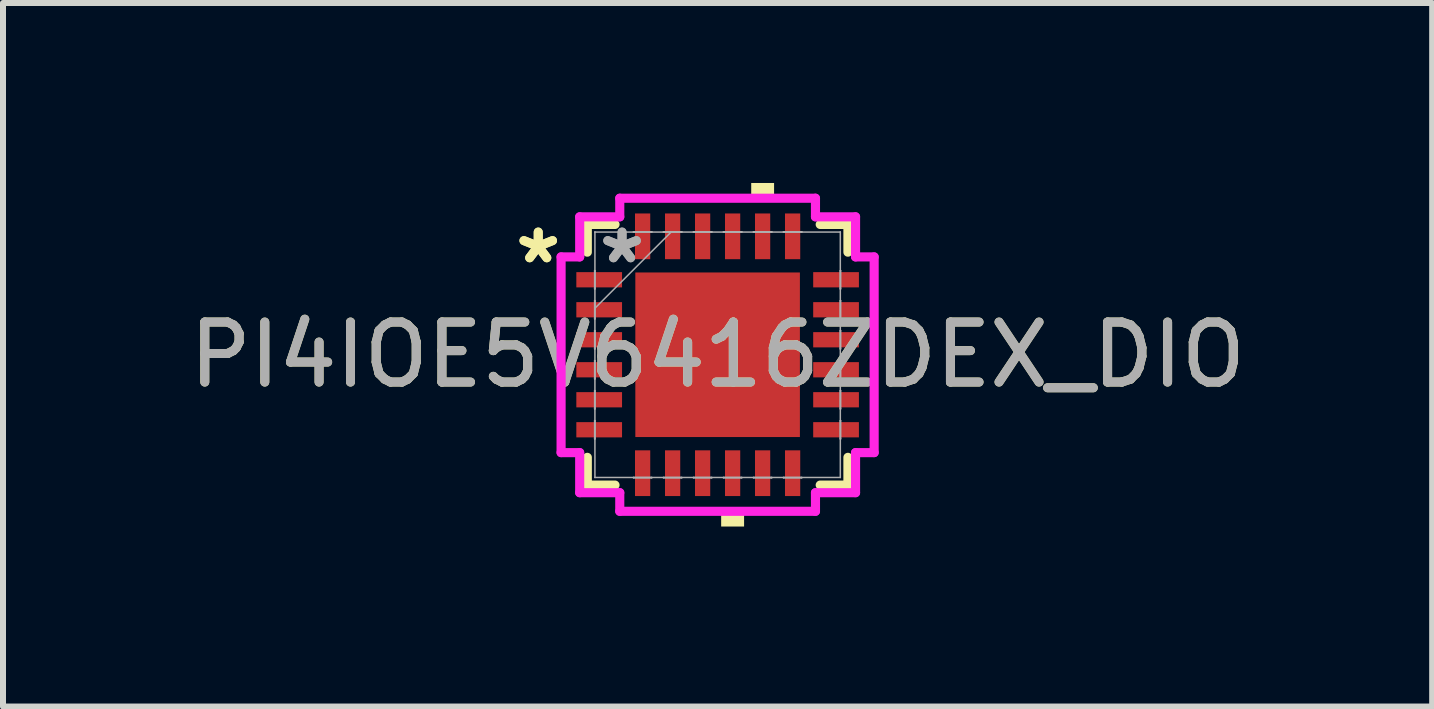
<source format=kicad_pcb>
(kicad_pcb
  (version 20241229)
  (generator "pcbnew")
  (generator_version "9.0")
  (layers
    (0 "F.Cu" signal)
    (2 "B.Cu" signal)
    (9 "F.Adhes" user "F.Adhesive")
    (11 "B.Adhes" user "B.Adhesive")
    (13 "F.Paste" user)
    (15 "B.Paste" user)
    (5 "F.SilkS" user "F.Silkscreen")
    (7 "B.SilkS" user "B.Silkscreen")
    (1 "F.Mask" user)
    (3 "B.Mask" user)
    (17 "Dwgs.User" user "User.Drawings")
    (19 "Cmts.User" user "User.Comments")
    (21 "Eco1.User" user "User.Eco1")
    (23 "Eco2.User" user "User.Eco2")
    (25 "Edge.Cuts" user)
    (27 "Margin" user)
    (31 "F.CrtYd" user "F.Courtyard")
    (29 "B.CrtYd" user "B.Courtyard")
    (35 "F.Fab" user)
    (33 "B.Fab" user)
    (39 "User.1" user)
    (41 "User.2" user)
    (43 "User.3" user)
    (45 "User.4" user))
  (footprint "PI4IOE5V6416ZDEX_DIO"
    (layer "F.Cu")
    (at 8.911 2.863)
    (property "Reference" "PI4IOE5V6416ZDEX_DIO" (at 0 0 0) (unlocked yes) (layer "F.SilkS") (effects (font (size 1 1) (thickness 0.15))))
    (attr smd)
    (fp_line (start -2.172 -2.172) (end -2.172 -1.71) (stroke (width 0.152) (type solid)) (layer "F.SilkS"))
    (fp_line (start -2.172 1.71) (end -2.172 2.172) (stroke (width 0.152) (type solid)) (layer "F.SilkS"))
    (fp_line (start -2.172 2.172) (end -1.71 2.172) (stroke (width 0.152) (type solid)) (layer "F.SilkS"))
    (fp_line (start -1.71 -2.172) (end -2.172 -2.172) (stroke (width 0.152) (type solid)) (layer "F.SilkS"))
    (fp_line (start 1.71 2.172) (end 2.172 2.172) (stroke (width 0.152) (type solid)) (layer "F.SilkS"))
    (fp_line (start 2.172 -2.172) (end 1.71 -2.172) (stroke (width 0.152) (type solid)) (layer "F.SilkS"))
    (fp_line (start 2.172 -1.71) (end 2.172 -2.172) (stroke (width 0.152) (type solid)) (layer "F.SilkS"))
    (fp_line (start 2.172 2.172) (end 2.172 1.71) (stroke (width 0.152) (type solid)) (layer "F.SilkS"))
    (fp_poly (pts (xy 0.059 2.609) (xy 0.059 2.863) (xy 0.441 2.863) (xy 0.441 2.609)) (stroke (width 0) (type solid)) (fill yes) (layer "F.SilkS"))
    (fp_poly (pts (xy 0.56 -2.609) (xy 0.56 -2.863) (xy 0.941 -2.863) (xy 0.941 -2.609)) (stroke (width 0) (type solid)) (fill yes) (layer "F.SilkS"))
    (fp_poly (pts (xy -1.272 -1.272) (xy -1.272 -0.1) (xy -0.1 -0.1) (xy -0.1 -1.272)) (stroke (width 0) (type solid)) (fill yes) (layer "F.Paste"))
    (fp_poly (pts (xy -1.272 0.1) (xy -1.272 1.272) (xy -0.1 1.272) (xy -0.1 0.1)) (stroke (width 0) (type solid)) (fill yes) (layer "F.Paste"))
    (fp_poly (pts (xy 0.1 -1.272) (xy 0.1 -0.1) (xy 1.272 -0.1) (xy 1.272 -1.272)) (stroke (width 0) (type solid)) (fill yes) (layer "F.Paste"))
    (fp_poly (pts (xy 0.1 0.1) (xy 0.1 1.272) (xy 1.272 1.272) (xy 1.272 0.1)) (stroke (width 0) (type solid)) (fill yes) (layer "F.Paste"))
    (fp_line (start -2.609 -1.631) (end -2.299 -1.631) (stroke (width 0.152) (type solid)) (layer "F.CrtYd"))
    (fp_line (start -2.609 1.631) (end -2.609 -1.631) (stroke (width 0.152) (type solid)) (layer "F.CrtYd"))
    (fp_line (start -2.299 -2.299) (end -1.631 -2.299) (stroke (width 0.152) (type solid)) (layer "F.CrtYd"))
    (fp_line (start -2.299 -1.631) (end -2.299 -2.299) (stroke (width 0.152) (type solid)) (layer "F.CrtYd"))
    (fp_line (start -2.299 1.631) (end -2.609 1.631) (stroke (width 0.152) (type solid)) (layer "F.CrtYd"))
    (fp_line (start -2.299 2.299) (end -2.299 1.631) (stroke (width 0.152) (type solid)) (layer "F.CrtYd"))
    (fp_line (start -1.631 -2.609) (end 1.631 -2.609) (stroke (width 0.152) (type solid)) (layer "F.CrtYd"))
    (fp_line (start -1.631 -2.299) (end -1.631 -2.609) (stroke (width 0.152) (type solid)) (layer "F.CrtYd"))
    (fp_line (start -1.631 2.299) (end -2.299 2.299) (stroke (width 0.152) (type solid)) (layer "F.CrtYd"))
    (fp_line (start -1.631 2.609) (end -1.631 2.299) (stroke (width 0.152) (type solid)) (layer "F.CrtYd"))
    (fp_line (start 1.631 -2.609) (end 1.631 -2.299) (stroke (width 0.152) (type solid)) (layer "F.CrtYd"))
    (fp_line (start 1.631 -2.299) (end 2.299 -2.299) (stroke (width 0.152) (type solid)) (layer "F.CrtYd"))
    (fp_line (start 1.631 2.299) (end 1.631 2.609) (stroke (width 0.152) (type solid)) (layer "F.CrtYd"))
    (fp_line (start 1.631 2.609) (end -1.631 2.609) (stroke (width 0.152) (type solid)) (layer "F.CrtYd"))
    (fp_line (start 2.299 -2.299) (end 2.299 -1.631) (stroke (width 0.152) (type solid)) (layer "F.CrtYd"))
    (fp_line (start 2.299 -1.631) (end 2.609 -1.631) (stroke (width 0.152) (type solid)) (layer "F.CrtYd"))
    (fp_line (start 2.299 1.631) (end 2.299 2.299) (stroke (width 0.152) (type solid)) (layer "F.CrtYd"))
    (fp_line (start 2.299 2.299) (end 1.631 2.299) (stroke (width 0.152) (type solid)) (layer "F.CrtYd"))
    (fp_line (start 2.609 -1.631) (end 2.609 1.631) (stroke (width 0.152) (type solid)) (layer "F.CrtYd"))
    (fp_line (start 2.609 1.631) (end 2.299 1.631) (stroke (width 0.152) (type solid)) (layer "F.CrtYd"))
    (fp_line (start -2.05 -1.402) (end -2.05 -1.098) (stroke (width 0.025) (type solid)) (layer "F.Fab"))
    (fp_line (start -2.05 -1.098) (end -2.045 -1.098) (stroke (width 0.025) (type solid)) (layer "F.Fab"))
    (fp_line (start -2.05 -0.902) (end -2.05 -0.598) (stroke (width 0.025) (type solid)) (layer "F.Fab"))
    (fp_line (start -2.05 -0.598) (end -2.045 -0.598) (stroke (width 0.025) (type solid)) (layer "F.Fab"))
    (fp_line (start -2.05 -0.402) (end -2.05 -0.098) (stroke (width 0.025) (type solid)) (layer "F.Fab"))
    (fp_line (start -2.05 -0.098) (end -2.045 -0.098) (stroke (width 0.025) (type solid)) (layer "F.Fab"))
    (fp_line (start -2.05 0.098) (end -2.05 0.402) (stroke (width 0.025) (type solid)) (layer "F.Fab"))
    (fp_line (start -2.05 0.402) (end -2.045 0.402) (stroke (width 0.025) (type solid)) (layer "F.Fab"))
    (fp_line (start -2.05 0.598) (end -2.05 0.902) (stroke (width 0.025) (type solid)) (layer "F.Fab"))
    (fp_line (start -2.05 0.902) (end -2.045 0.902) (stroke (width 0.025) (type solid)) (layer "F.Fab"))
    (fp_line (start -2.05 1.098) (end -2.05 1.402) (stroke (width 0.025) (type solid)) (layer "F.Fab"))
    (fp_line (start -2.05 1.402) (end -2.045 1.402) (stroke (width 0.025) (type solid)) (layer "F.Fab"))
    (fp_line (start -2.045 -2.045) (end -2.045 -2.045) (stroke (width 0.025) (type solid)) (layer "F.Fab"))
    (fp_line (start -2.045 -2.045) (end -2.045 2.045) (stroke (width 0.025) (type solid)) (layer "F.Fab"))
    (fp_line (start -2.045 -1.402) (end -2.05 -1.402) (stroke (width 0.025) (type solid)) (layer "F.Fab"))
    (fp_line (start -2.045 -1.098) (end -2.045 -1.402) (stroke (width 0.025) (type solid)) (layer "F.Fab"))
    (fp_line (start -2.045 -0.902) (end -2.05 -0.902) (stroke (width 0.025) (type solid)) (layer "F.Fab"))
    (fp_line (start -2.045 -0.775) (end -0.775 -2.045) (stroke (width 0.025) (type solid)) (layer "F.Fab"))
    (fp_line (start -2.045 -0.598) (end -2.045 -0.902) (stroke (width 0.025) (type solid)) (layer "F.Fab"))
    (fp_line (start -2.045 -0.402) (end -2.05 -0.402) (stroke (width 0.025) (type solid)) (layer "F.Fab"))
    (fp_line (start -2.045 -0.098) (end -2.045 -0.402) (stroke (width 0.025) (type solid)) (layer "F.Fab"))
    (fp_line (start -2.045 0.098) (end -2.05 0.098) (stroke (width 0.025) (type solid)) (layer "F.Fab"))
    (fp_line (start -2.045 0.402) (end -2.045 0.098) (stroke (width 0.025) (type solid)) (layer "F.Fab"))
    (fp_line (start -2.045 0.598) (end -2.05 0.598) (stroke (width 0.025) (type solid)) (layer "F.Fab"))
    (fp_line (start -2.045 0.902) (end -2.045 0.598) (stroke (width 0.025) (type solid)) (layer "F.Fab"))
    (fp_line (start -2.045 1.098) (end -2.05 1.098) (stroke (width 0.025) (type solid)) (layer "F.Fab"))
    (fp_line (start -2.045 1.402) (end -2.045 1.098) (stroke (width 0.025) (type solid)) (layer "F.Fab"))
    (fp_line (start -2.045 2.045) (end -2.045 2.045) (stroke (width 0.025) (type solid)) (layer "F.Fab"))
    (fp_line (start -2.045 2.045) (end 2.045 2.045) (stroke (width 0.025) (type solid)) (layer "F.Fab"))
    (fp_line (start -1.402 -2.05) (end -1.402 -2.045) (stroke (width 0.025) (type solid)) (layer "F.Fab"))
    (fp_line (start -1.402 -2.045) (end -1.098 -2.045) (stroke (width 0.025) (type solid)) (layer "F.Fab"))
    (fp_line (start -1.402 2.045) (end -1.402 2.05) (stroke (width 0.025) (type solid)) (layer "F.Fab"))
    (fp_line (start -1.402 2.05) (end -1.098 2.05) (stroke (width 0.025) (type solid)) (layer "F.Fab"))
    (fp_line (start -1.098 -2.05) (end -1.402 -2.05) (stroke (width 0.025) (type solid)) (layer "F.Fab"))
    (fp_line (start -1.098 -2.045) (end -1.098 -2.05) (stroke (width 0.025) (type solid)) (layer "F.Fab"))
    (fp_line (start -1.098 2.045) (end -1.402 2.045) (stroke (width 0.025) (type solid)) (layer "F.Fab"))
    (fp_line (start -1.098 2.05) (end -1.098 2.045) (stroke (width 0.025) (type solid)) (layer "F.Fab"))
    (fp_line (start -0.902 -2.05) (end -0.902 -2.045) (stroke (width 0.025) (type solid)) (layer "F.Fab"))
    (fp_line (start -0.902 -2.045) (end -0.598 -2.045) (stroke (width 0.025) (type solid)) (layer "F.Fab"))
    (fp_line (start -0.902 2.045) (end -0.902 2.05) (stroke (width 0.025) (type solid)) (layer "F.Fab"))
    (fp_line (start -0.902 2.05) (end -0.598 2.05) (stroke (width 0.025) (type solid)) (layer "F.Fab"))
    (fp_line (start -0.598 -2.05) (end -0.902 -2.05) (stroke (width 0.025) (type solid)) (layer "F.Fab"))
    (fp_line (start -0.598 -2.045) (end -0.598 -2.05) (stroke (width 0.025) (type solid)) (layer "F.Fab"))
    (fp_line (start -0.598 2.045) (end -0.902 2.045) (stroke (width 0.025) (type solid)) (layer "F.Fab"))
    (fp_line (start -0.598 2.05) (end -0.598 2.045) (stroke (width 0.025) (type solid)) (layer "F.Fab"))
    (fp_line (start -0.402 -2.05) (end -0.402 -2.045) (stroke (width 0.025) (type solid)) (layer "F.Fab"))
    (fp_line (start -0.402 -2.045) (end -0.098 -2.045) (stroke (width 0.025) (type solid)) (layer "F.Fab"))
    (fp_line (start -0.402 2.045) (end -0.402 2.05) (stroke (width 0.025) (type solid)) (layer "F.Fab"))
    (fp_line (start -0.402 2.05) (end -0.098 2.05) (stroke (width 0.025) (type solid)) (layer "F.Fab"))
    (fp_line (start -0.098 -2.05) (end -0.402 -2.05) (stroke (width 0.025) (type solid)) (layer "F.Fab"))
    (fp_line (start -0.098 -2.045) (end -0.098 -2.05) (stroke (width 0.025) (type solid)) (layer "F.Fab"))
    (fp_line (start -0.098 2.045) (end -0.402 2.045) (stroke (width 0.025) (type solid)) (layer "F.Fab"))
    (fp_line (start -0.098 2.05) (end -0.098 2.045) (stroke (width 0.025) (type solid)) (layer "F.Fab"))
    (fp_line (start 0.098 -2.05) (end 0.098 -2.045) (stroke (width 0.025) (type solid)) (layer "F.Fab"))
    (fp_line (start 0.098 -2.045) (end 0.402 -2.045) (stroke (width 0.025) (type solid)) (layer "F.Fab"))
    (fp_line (start 0.098 2.045) (end 0.098 2.05) (stroke (width 0.025) (type solid)) (layer "F.Fab"))
    (fp_line (start 0.098 2.05) (end 0.402 2.05) (stroke (width 0.025) (type solid)) (layer "F.Fab"))
    (fp_line (start 0.402 -2.05) (end 0.098 -2.05) (stroke (width 0.025) (type solid)) (layer "F.Fab"))
    (fp_line (start 0.402 -2.045) (end 0.402 -2.05) (stroke (width 0.025) (type solid)) (layer "F.Fab"))
    (fp_line (start 0.402 2.045) (end 0.098 2.045) (stroke (width 0.025) (type solid)) (layer "F.Fab"))
    (fp_line (start 0.402 2.05) (end 0.402 2.045) (stroke (width 0.025) (type solid)) (layer "F.Fab"))
    (fp_line (start 0.598 -2.05) (end 0.598 -2.045) (stroke (width 0.025) (type solid)) (layer "F.Fab"))
    (fp_line (start 0.598 -2.045) (end 0.902 -2.045) (stroke (width 0.025) (type solid)) (layer "F.Fab"))
    (fp_line (start 0.598 2.045) (end 0.598 2.05) (stroke (width 0.025) (type solid)) (layer "F.Fab"))
    (fp_line (start 0.598 2.05) (end 0.902 2.05) (stroke (width 0.025) (type solid)) (layer "F.Fab"))
    (fp_line (start 0.902 -2.05) (end 0.598 -2.05) (stroke (width 0.025) (type solid)) (layer "F.Fab"))
    (fp_line (start 0.902 -2.045) (end 0.902 -2.05) (stroke (width 0.025) (type solid)) (layer "F.Fab"))
    (fp_line (start 0.902 2.045) (end 0.598 2.045) (stroke (width 0.025) (type solid)) (layer "F.Fab"))
    (fp_line (start 0.902 2.05) (end 0.902 2.045) (stroke (width 0.025) (type solid)) (layer "F.Fab"))
    (fp_line (start 1.098 -2.05) (end 1.098 -2.045) (stroke (width 0.025) (type solid)) (layer "F.Fab"))
    (fp_line (start 1.098 -2.045) (end 1.402 -2.045) (stroke (width 0.025) (type solid)) (layer "F.Fab"))
    (fp_line (start 1.098 2.045) (end 1.098 2.05) (stroke (width 0.025) (type solid)) (layer "F.Fab"))
    (fp_line (start 1.098 2.05) (end 1.402 2.05) (stroke (width 0.025) (type solid)) (layer "F.Fab"))
    (fp_line (start 1.402 -2.05) (end 1.098 -2.05) (stroke (width 0.025) (type solid)) (layer "F.Fab"))
    (fp_line (start 1.402 -2.045) (end 1.402 -2.05) (stroke (width 0.025) (type solid)) (layer "F.Fab"))
    (fp_line (start 1.402 2.045) (end 1.098 2.045) (stroke (width 0.025) (type solid)) (layer "F.Fab"))
    (fp_line (start 1.402 2.05) (end 1.402 2.045) (stroke (width 0.025) (type solid)) (layer "F.Fab"))
    (fp_line (start 2.045 -2.045) (end -2.045 -2.045) (stroke (width 0.025) (type solid)) (layer "F.Fab"))
    (fp_line (start 2.045 -2.045) (end 2.045 -2.045) (stroke (width 0.025) (type solid)) (layer "F.Fab"))
    (fp_line (start 2.045 -1.402) (end 2.045 -1.098) (stroke (width 0.025) (type solid)) (layer "F.Fab"))
    (fp_line (start 2.045 -1.098) (end 2.05 -1.098) (stroke (width 0.025) (type solid)) (layer "F.Fab"))
    (fp_line (start 2.045 -0.902) (end 2.045 -0.598) (stroke (width 0.025) (type solid)) (layer "F.Fab"))
    (fp_line (start 2.045 -0.598) (end 2.05 -0.598) (stroke (width 0.025) (type solid)) (layer "F.Fab"))
    (fp_line (start 2.045 -0.402) (end 2.045 -0.098) (stroke (width 0.025) (type solid)) (layer "F.Fab"))
    (fp_line (start 2.045 -0.098) (end 2.05 -0.098) (stroke (width 0.025) (type solid)) (layer "F.Fab"))
    (fp_line (start 2.045 0.098) (end 2.045 0.402) (stroke (width 0.025) (type solid)) (layer "F.Fab"))
    (fp_line (start 2.045 0.402) (end 2.05 0.402) (stroke (width 0.025) (type solid)) (layer "F.Fab"))
    (fp_line (start 2.045 0.598) (end 2.045 0.902) (stroke (width 0.025) (type solid)) (layer "F.Fab"))
    (fp_line (start 2.045 0.902) (end 2.05 0.902) (stroke (width 0.025) (type solid)) (layer "F.Fab"))
    (fp_line (start 2.045 1.098) (end 2.045 1.402) (stroke (width 0.025) (type solid)) (layer "F.Fab"))
    (fp_line (start 2.045 1.402) (end 2.05 1.402) (stroke (width 0.025) (type solid)) (layer "F.Fab"))
    (fp_line (start 2.045 2.045) (end 2.045 -2.045) (stroke (width 0.025) (type solid)) (layer "F.Fab"))
    (fp_line (start 2.045 2.045) (end 2.045 2.045) (stroke (width 0.025) (type solid)) (layer "F.Fab"))
    (fp_line (start 2.05 -1.402) (end 2.045 -1.402) (stroke (width 0.025) (type solid)) (layer "F.Fab"))
    (fp_line (start 2.05 -1.098) (end 2.05 -1.402) (stroke (width 0.025) (type solid)) (layer "F.Fab"))
    (fp_line (start 2.05 -0.902) (end 2.045 -0.902) (stroke (width 0.025) (type solid)) (layer "F.Fab"))
    (fp_line (start 2.05 -0.598) (end 2.05 -0.902) (stroke (width 0.025) (type solid)) (layer "F.Fab"))
    (fp_line (start 2.05 -0.402) (end 2.045 -0.402) (stroke (width 0.025) (type solid)) (layer "F.Fab"))
    (fp_line (start 2.05 -0.098) (end 2.05 -0.402) (stroke (width 0.025) (type solid)) (layer "F.Fab"))
    (fp_line (start 2.05 0.098) (end 2.045 0.098) (stroke (width 0.025) (type solid)) (layer "F.Fab"))
    (fp_line (start 2.05 0.402) (end 2.05 0.098) (stroke (width 0.025) (type solid)) (layer "F.Fab"))
    (fp_line (start 2.05 0.598) (end 2.045 0.598) (stroke (width 0.025) (type solid)) (layer "F.Fab"))
    (fp_line (start 2.05 0.902) (end 2.05 0.598) (stroke (width 0.025) (type solid)) (layer "F.Fab"))
    (fp_line (start 2.05 1.098) (end 2.045 1.098) (stroke (width 0.025) (type solid)) (layer "F.Fab"))
    (fp_line (start 2.05 1.402) (end 2.05 1.098) (stroke (width 0.025) (type solid)) (layer "F.Fab"))
    (fp_text user "*" (at -2.99 -1.5 0) (unlocked yes) (layer "F.SilkS") (effects (font (size 1 1) (thickness 0.15))))
    (fp_text user "*" (at -2.99 -1.5 0) (layer "F.SilkS") (effects (font (size 1 1) (thickness 0.15))))
    (fp_text user "*" (at -1.593 -1.5 0) (unlocked yes) (layer "F.Fab") (effects (font (size 1 1) (thickness 0.15))))
    (fp_text user "*" (at -1.593 -1.5 0) (layer "F.Fab") (effects (font (size 1 1) (thickness 0.15))))
    (fp_text user "${REFERENCE}" (at 0 0 0) (unlocked yes) (layer "F.Fab") (effects (font (size 1 1) (thickness 0.15))))
    (pad "1" smd rect (at -1.974 -1.25 90) (size 0.254 0.762) (layers "F.Cu" "F.Mask" "F.Paste"))
    (pad "2" smd rect (at -1.974 -0.75 90) (size 0.254 0.762) (layers "F.Cu" "F.Mask" "F.Paste"))
    (pad "3" smd rect (at -1.974 -0.25 90) (size 0.254 0.762) (layers "F.Cu" "F.Mask" "F.Paste"))
    (pad "4" smd rect (at -1.974 0.25 90) (size 0.254 0.762) (layers "F.Cu" "F.Mask" "F.Paste"))
    (pad "5" smd rect (at -1.974 0.75 90) (size 0.254 0.762) (layers "F.Cu" "F.Mask" "F.Paste"))
    (pad "6" smd rect (at -1.974 1.25 90) (size 0.254 0.762) (layers "F.Cu" "F.Mask" "F.Paste"))
    (pad "7" smd rect (at -1.25 1.974) (size 0.254 0.762) (layers "F.Cu" "F.Mask" "F.Paste"))
    (pad "8" smd rect (at -0.75 1.974) (size 0.254 0.762) (layers "F.Cu" "F.Mask" "F.Paste"))
    (pad "9" smd rect (at -0.25 1.974) (size 0.254 0.762) (layers "F.Cu" "F.Mask" "F.Paste"))
    (pad "10" smd rect (at 0.25 1.974) (size 0.254 0.762) (layers "F.Cu" "F.Mask" "F.Paste"))
    (pad "11" smd rect (at 0.75 1.974) (size 0.254 0.762) (layers "F.Cu" "F.Mask" "F.Paste"))
    (pad "12" smd rect (at 1.25 1.974) (size 0.254 0.762) (layers "F.Cu" "F.Mask" "F.Paste"))
    (pad "13" smd rect (at 1.974 1.25 90) (size 0.254 0.762) (layers "F.Cu" "F.Mask" "F.Paste"))
    (pad "14" smd rect (at 1.974 0.75 90) (size 0.254 0.762) (layers "F.Cu" "F.Mask" "F.Paste"))
    (pad "15" smd rect (at 1.974 0.25 90) (size 0.254 0.762) (layers "F.Cu" "F.Mask" "F.Paste"))
    (pad "16" smd rect (at 1.974 -0.25 90) (size 0.254 0.762) (layers "F.Cu" "F.Mask" "F.Paste"))
    (pad "17" smd rect (at 1.974 -0.75 90) (size 0.254 0.762) (layers "F.Cu" "F.Mask" "F.Paste"))
    (pad "18" smd rect (at 1.974 -1.25 90) (size 0.254 0.762) (layers "F.Cu" "F.Mask" "F.Paste"))
    (pad "19" smd rect (at 1.25 -1.974) (size 0.254 0.762) (layers "F.Cu" "F.Mask" "F.Paste"))
    (pad "20" smd rect (at 0.75 -1.974) (size 0.254 0.762) (layers "F.Cu" "F.Mask" "F.Paste"))
    (pad "21" smd rect (at 0.25 -1.974) (size 0.254 0.762) (layers "F.Cu" "F.Mask" "F.Paste"))
    (pad "22" smd rect (at -0.25 -1.974) (size 0.254 0.762) (layers "F.Cu" "F.Mask" "F.Paste"))
    (pad "23" smd rect (at -0.75 -1.974) (size 0.254 0.762) (layers "F.Cu" "F.Mask" "F.Paste"))
    (pad "24" smd rect (at -1.25 -1.974) (size 0.254 0.762) (layers "F.Cu" "F.Mask" "F.Paste"))
    (pad "25" smd rect (at 0 0) (size 2.743 2.743) (layers "F.Cu" "F.Mask")))
  (gr_rect
    (start -3 -3)
    (end 20.821 8.726)
    (stroke (width 0.1) (type default))
    (fill no)
    (layer "Edge.Cuts")))
</source>
